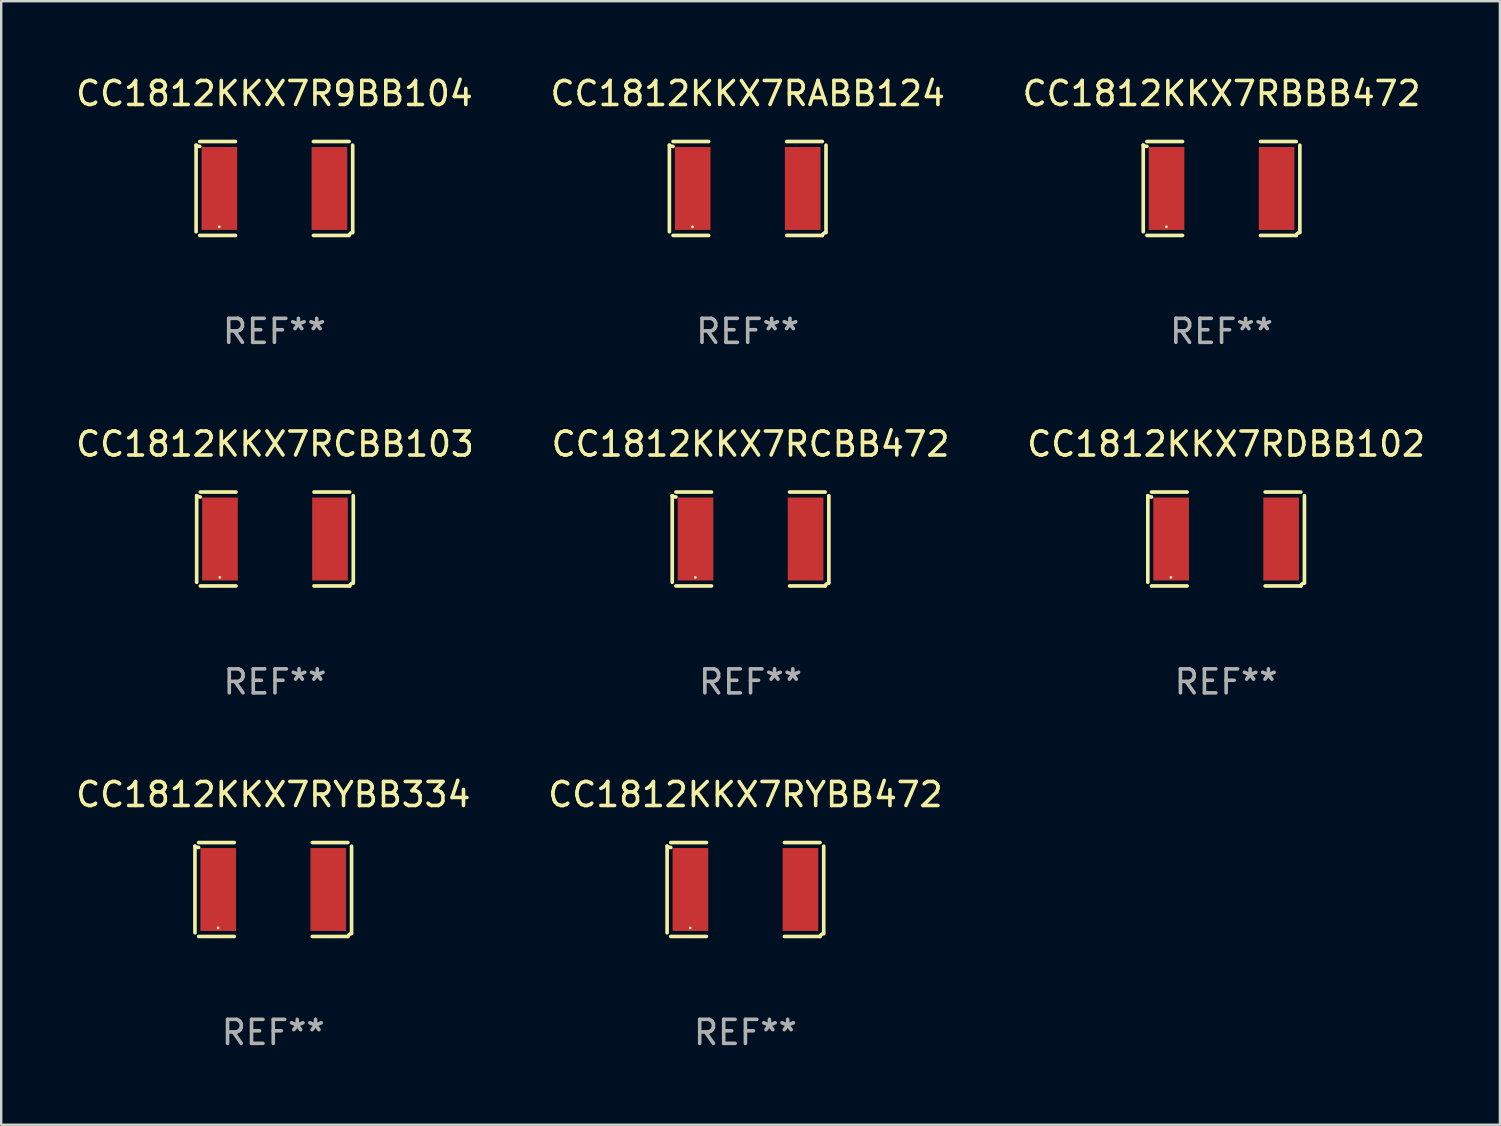
<source format=kicad_pcb>
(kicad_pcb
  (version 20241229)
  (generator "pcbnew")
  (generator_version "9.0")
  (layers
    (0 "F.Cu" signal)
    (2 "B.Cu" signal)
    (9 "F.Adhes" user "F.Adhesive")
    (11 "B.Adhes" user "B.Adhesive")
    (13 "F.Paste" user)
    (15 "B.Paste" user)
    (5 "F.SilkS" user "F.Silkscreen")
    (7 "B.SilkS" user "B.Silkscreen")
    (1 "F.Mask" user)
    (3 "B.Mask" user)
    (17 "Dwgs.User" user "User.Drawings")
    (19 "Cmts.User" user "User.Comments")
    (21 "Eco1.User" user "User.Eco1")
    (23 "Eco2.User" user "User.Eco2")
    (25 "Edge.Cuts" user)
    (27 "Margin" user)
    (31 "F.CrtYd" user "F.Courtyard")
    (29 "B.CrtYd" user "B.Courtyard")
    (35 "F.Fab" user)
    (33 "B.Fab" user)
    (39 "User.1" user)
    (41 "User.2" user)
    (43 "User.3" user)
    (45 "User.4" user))
  (footprint "CC1812KKX7RCBB472"
    (layer "F.Cu")
    (at 28.232 19.415)
    (property "Reference" "CC1812KKX7RCBB472" (at 0 -3.957 0) (layer "F.SilkS") (effects (font (size 1 1) (thickness 0.15))))
    (attr through_hole)
    (fp_line (start -3.264 1.804) (end -3.264 -1.804) (stroke (width 0.152) (type solid)) (layer "F.SilkS"))
    (fp_line (start -3.111 -1.957) (end -1.626 -1.957) (stroke (width 0.152) (type solid)) (layer "F.SilkS"))
    (fp_line (start -1.626 1.957) (end -3.111 1.957) (stroke (width 0.152) (type solid)) (layer "F.SilkS"))
    (fp_line (start 1.626 1.957) (end 3.111 1.957) (stroke (width 0.152) (type solid)) (layer "F.SilkS"))
    (fp_line (start 3.111 -1.957) (end 1.626 -1.957) (stroke (width 0.152) (type solid)) (layer "F.SilkS"))
    (fp_line (start 3.264 1.804) (end 3.264 -1.804) (stroke (width 0.152) (type solid)) (layer "F.SilkS"))
    (fp_arc (start -3.111202 -1.752192) (mid -3.191715 -1.76555) (end -3.263602 -1.804191) (stroke (width 0.1524) (type solid)) (layer "F.SilkS"))
    (fp_arc (start 3.111201 1.956591) (mid 3.167789 1.872777) (end 3.263602 1.840424) (stroke (width 0.1524) (type solid)) (layer "F.SilkS"))
    (fp_circle (center -2.3 1.6) (end -2.27 1.6) (stroke (width 0.06) (type solid)) (fill no) (layer "F.SilkS"))
    (fp_text user "REF**" (at 0 5.957 0) (layer "F.Fab") (effects (font (size 1 1) (thickness 0.15))))
    (pad "1" smd rect (at -2.293 0) (size 1.485 3.456) (layers "F.Cu" "F.Mask" "F.Paste"))
    (pad "2" smd rect (at 2.293 0) (size 1.485 3.456) (layers "F.Cu" "F.Mask" "F.Paste")))
  (footprint "CC1812KKX7RCBB103"
    (layer "F.Cu")
    (at 8.411 19.415)
    (property "Reference" "CC1812KKX7RCBB103" (at 0 -3.957 0) (layer "F.SilkS") (effects (font (size 1 1) (thickness 0.15))))
    (attr through_hole)
    (fp_line (start -3.264 1.804) (end -3.264 -1.804) (stroke (width 0.152) (type solid)) (layer "F.SilkS"))
    (fp_line (start -3.111 -1.957) (end -1.626 -1.957) (stroke (width 0.152) (type solid)) (layer "F.SilkS"))
    (fp_line (start -1.626 1.957) (end -3.111 1.957) (stroke (width 0.152) (type solid)) (layer "F.SilkS"))
    (fp_line (start 1.626 1.957) (end 3.111 1.957) (stroke (width 0.152) (type solid)) (layer "F.SilkS"))
    (fp_line (start 3.111 -1.957) (end 1.626 -1.957) (stroke (width 0.152) (type solid)) (layer "F.SilkS"))
    (fp_line (start 3.264 1.804) (end 3.264 -1.804) (stroke (width 0.152) (type solid)) (layer "F.SilkS"))
    (fp_arc (start -3.111202 -1.752192) (mid -3.191715 -1.76555) (end -3.263602 -1.804191) (stroke (width 0.1524) (type solid)) (layer "F.SilkS"))
    (fp_arc (start 3.111201 1.956591) (mid 3.167789 1.872777) (end 3.263602 1.840424) (stroke (width 0.1524) (type solid)) (layer "F.SilkS"))
    (fp_circle (center -2.3 1.6) (end -2.27 1.6) (stroke (width 0.06) (type solid)) (fill no) (layer "F.SilkS"))
    (fp_text user "REF**" (at 0 5.957 0) (layer "F.Fab") (effects (font (size 1 1) (thickness 0.15))))
    (pad "1" smd rect (at -2.293 0) (size 1.485 3.456) (layers "F.Cu" "F.Mask" "F.Paste"))
    (pad "2" smd rect (at 2.293 0) (size 1.485 3.456) (layers "F.Cu" "F.Mask" "F.Paste")))
  (footprint "CC1812KKX7R9BB104"
    (layer "F.Cu")
    (at 8.387 4.805)
    (property "Reference" "CC1812KKX7R9BB104" (at 0 -3.957 0) (layer "F.SilkS") (effects (font (size 1 1) (thickness 0.15))))
    (attr through_hole)
    (fp_line (start -3.264 1.804) (end -3.264 -1.804) (stroke (width 0.152) (type solid)) (layer "F.SilkS"))
    (fp_line (start -3.111 -1.957) (end -1.626 -1.957) (stroke (width 0.152) (type solid)) (layer "F.SilkS"))
    (fp_line (start -1.626 1.957) (end -3.111 1.957) (stroke (width 0.152) (type solid)) (layer "F.SilkS"))
    (fp_line (start 1.626 1.957) (end 3.111 1.957) (stroke (width 0.152) (type solid)) (layer "F.SilkS"))
    (fp_line (start 3.111 -1.957) (end 1.626 -1.957) (stroke (width 0.152) (type solid)) (layer "F.SilkS"))
    (fp_line (start 3.264 1.804) (end 3.264 -1.804) (stroke (width 0.152) (type solid)) (layer "F.SilkS"))
    (fp_arc (start -3.111202 -1.752192) (mid -3.191715 -1.76555) (end -3.263602 -1.804191) (stroke (width 0.1524) (type solid)) (layer "F.SilkS"))
    (fp_arc (start 3.111201 1.956591) (mid 3.167789 1.872777) (end 3.263602 1.840424) (stroke (width 0.1524) (type solid)) (layer "F.SilkS"))
    (fp_circle (center -2.3 1.6) (end -2.27 1.6) (stroke (width 0.06) (type solid)) (fill no) (layer "F.SilkS"))
    (fp_text user "REF**" (at 0 5.957 0) (layer "F.Fab") (effects (font (size 1 1) (thickness 0.15))))
    (pad "1" smd rect (at -2.293 0) (size 1.485 3.456) (layers "F.Cu" "F.Mask" "F.Paste"))
    (pad "2" smd rect (at 2.293 0) (size 1.485 3.456) (layers "F.Cu" "F.Mask" "F.Paste")))
  (footprint "CC1812KKX7RYBB334"
    (layer "F.Cu")
    (at 8.339 34.024)
    (property "Reference" "CC1812KKX7RYBB334" (at 0 -3.957 0) (layer "F.SilkS") (effects (font (size 1 1) (thickness 0.15))))
    (attr through_hole)
    (fp_line (start -3.264 1.804) (end -3.264 -1.804) (stroke (width 0.152) (type solid)) (layer "F.SilkS"))
    (fp_line (start -3.111 -1.957) (end -1.626 -1.957) (stroke (width 0.152) (type solid)) (layer "F.SilkS"))
    (fp_line (start -1.626 1.957) (end -3.111 1.957) (stroke (width 0.152) (type solid)) (layer "F.SilkS"))
    (fp_line (start 1.626 1.957) (end 3.111 1.957) (stroke (width 0.152) (type solid)) (layer "F.SilkS"))
    (fp_line (start 3.111 -1.957) (end 1.626 -1.957) (stroke (width 0.152) (type solid)) (layer "F.SilkS"))
    (fp_line (start 3.264 1.804) (end 3.264 -1.804) (stroke (width 0.152) (type solid)) (layer "F.SilkS"))
    (fp_arc (start -3.111202 -1.752192) (mid -3.191715 -1.76555) (end -3.263602 -1.804191) (stroke (width 0.1524) (type solid)) (layer "F.SilkS"))
    (fp_arc (start 3.111201 1.956591) (mid 3.167789 1.872777) (end 3.263602 1.840424) (stroke (width 0.1524) (type solid)) (layer "F.SilkS"))
    (fp_circle (center -2.3 1.6) (end -2.27 1.6) (stroke (width 0.06) (type solid)) (fill no) (layer "F.SilkS"))
    (fp_text user "REF**" (at 0 5.957 0) (layer "F.Fab") (effects (font (size 1 1) (thickness 0.15))))
    (pad "1" smd rect (at -2.293 0) (size 1.485 3.456) (layers "F.Cu" "F.Mask" "F.Paste"))
    (pad "2" smd rect (at 2.293 0) (size 1.485 3.456) (layers "F.Cu" "F.Mask" "F.Paste")))
  (footprint "CC1812KKX7RBBB472"
    (layer "F.Cu")
    (at 47.863 4.805)
    (property "Reference" "CC1812KKX7RBBB472" (at 0 -3.957 0) (layer "F.SilkS") (effects (font (size 1 1) (thickness 0.15))))
    (attr through_hole)
    (fp_line (start -3.264 1.804) (end -3.264 -1.804) (stroke (width 0.152) (type solid)) (layer "F.SilkS"))
    (fp_line (start -3.111 -1.957) (end -1.626 -1.957) (stroke (width 0.152) (type solid)) (layer "F.SilkS"))
    (fp_line (start -1.626 1.957) (end -3.111 1.957) (stroke (width 0.152) (type solid)) (layer "F.SilkS"))
    (fp_line (start 1.626 1.957) (end 3.111 1.957) (stroke (width 0.152) (type solid)) (layer "F.SilkS"))
    (fp_line (start 3.111 -1.957) (end 1.626 -1.957) (stroke (width 0.152) (type solid)) (layer "F.SilkS"))
    (fp_line (start 3.264 1.804) (end 3.264 -1.804) (stroke (width 0.152) (type solid)) (layer "F.SilkS"))
    (fp_arc (start -3.111202 -1.752192) (mid -3.191715 -1.76555) (end -3.263602 -1.804191) (stroke (width 0.1524) (type solid)) (layer "F.SilkS"))
    (fp_arc (start 3.111201 1.956591) (mid 3.167789 1.872777) (end 3.263602 1.840424) (stroke (width 0.1524) (type solid)) (layer "F.SilkS"))
    (fp_circle (center -2.3 1.6) (end -2.27 1.6) (stroke (width 0.06) (type solid)) (fill no) (layer "F.SilkS"))
    (fp_text user "REF**" (at 0 5.957 0) (layer "F.Fab") (effects (font (size 1 1) (thickness 0.15))))
    (pad "1" smd rect (at -2.293 0) (size 1.485 3.456) (layers "F.Cu" "F.Mask" "F.Paste"))
    (pad "2" smd rect (at 2.293 0) (size 1.485 3.456) (layers "F.Cu" "F.Mask" "F.Paste")))
  (footprint "CC1812KKX7RDBB102"
    (layer "F.Cu")
    (at 48.054 19.415)
    (property "Reference" "CC1812KKX7RDBB102" (at 0 -3.957 0) (layer "F.SilkS") (effects (font (size 1 1) (thickness 0.15))))
    (attr through_hole)
    (fp_line (start -3.264 1.804) (end -3.264 -1.804) (stroke (width 0.152) (type solid)) (layer "F.SilkS"))
    (fp_line (start -3.111 -1.957) (end -1.626 -1.957) (stroke (width 0.152) (type solid)) (layer "F.SilkS"))
    (fp_line (start -1.626 1.957) (end -3.111 1.957) (stroke (width 0.152) (type solid)) (layer "F.SilkS"))
    (fp_line (start 1.626 1.957) (end 3.111 1.957) (stroke (width 0.152) (type solid)) (layer "F.SilkS"))
    (fp_line (start 3.111 -1.957) (end 1.626 -1.957) (stroke (width 0.152) (type solid)) (layer "F.SilkS"))
    (fp_line (start 3.264 1.804) (end 3.264 -1.804) (stroke (width 0.152) (type solid)) (layer "F.SilkS"))
    (fp_arc (start -3.111202 -1.752192) (mid -3.191715 -1.76555) (end -3.263602 -1.804191) (stroke (width 0.1524) (type solid)) (layer "F.SilkS"))
    (fp_arc (start 3.111201 1.956591) (mid 3.167789 1.872777) (end 3.263602 1.840424) (stroke (width 0.1524) (type solid)) (layer "F.SilkS"))
    (fp_circle (center -2.3 1.6) (end -2.27 1.6) (stroke (width 0.06) (type solid)) (fill no) (layer "F.SilkS"))
    (fp_text user "REF**" (at 0 5.957 0) (layer "F.Fab") (effects (font (size 1 1) (thickness 0.15))))
    (pad "1" smd rect (at -2.293 0) (size 1.485 3.456) (layers "F.Cu" "F.Mask" "F.Paste"))
    (pad "2" smd rect (at 2.293 0) (size 1.485 3.456) (layers "F.Cu" "F.Mask" "F.Paste")))
  (footprint "CC1812KKX7RABB124"
    (layer "F.Cu")
    (at 28.113 4.805)
    (property "Reference" "CC1812KKX7RABB124" (at 0 -3.957 0) (layer "F.SilkS") (effects (font (size 1 1) (thickness 0.15))))
    (attr through_hole)
    (fp_line (start -3.264 1.804) (end -3.264 -1.804) (stroke (width 0.152) (type solid)) (layer "F.SilkS"))
    (fp_line (start -3.111 -1.957) (end -1.626 -1.957) (stroke (width 0.152) (type solid)) (layer "F.SilkS"))
    (fp_line (start -1.626 1.957) (end -3.111 1.957) (stroke (width 0.152) (type solid)) (layer "F.SilkS"))
    (fp_line (start 1.626 1.957) (end 3.111 1.957) (stroke (width 0.152) (type solid)) (layer "F.SilkS"))
    (fp_line (start 3.111 -1.957) (end 1.626 -1.957) (stroke (width 0.152) (type solid)) (layer "F.SilkS"))
    (fp_line (start 3.264 1.804) (end 3.264 -1.804) (stroke (width 0.152) (type solid)) (layer "F.SilkS"))
    (fp_arc (start -3.111202 -1.752192) (mid -3.191715 -1.76555) (end -3.263602 -1.804191) (stroke (width 0.1524) (type solid)) (layer "F.SilkS"))
    (fp_arc (start 3.111201 1.956591) (mid 3.167789 1.872777) (end 3.263602 1.840424) (stroke (width 0.1524) (type solid)) (layer "F.SilkS"))
    (fp_circle (center -2.3 1.6) (end -2.27 1.6) (stroke (width 0.06) (type solid)) (fill no) (layer "F.SilkS"))
    (fp_text user "REF**" (at 0 5.957 0) (layer "F.Fab") (effects (font (size 1 1) (thickness 0.15))))
    (pad "1" smd rect (at -2.293 0) (size 1.485 3.456) (layers "F.Cu" "F.Mask" "F.Paste"))
    (pad "2" smd rect (at 2.293 0) (size 1.485 3.456) (layers "F.Cu" "F.Mask" "F.Paste")))
  (footprint "CC1812KKX7RYBB472"
    (layer "F.Cu")
    (at 28.018 34.024)
    (property "Reference" "CC1812KKX7RYBB472" (at 0 -3.957 0) (layer "F.SilkS") (effects (font (size 1 1) (thickness 0.15))))
    (attr through_hole)
    (fp_line (start -3.264 1.804) (end -3.264 -1.804) (stroke (width 0.152) (type solid)) (layer "F.SilkS"))
    (fp_line (start -3.111 -1.957) (end -1.626 -1.957) (stroke (width 0.152) (type solid)) (layer "F.SilkS"))
    (fp_line (start -1.626 1.957) (end -3.111 1.957) (stroke (width 0.152) (type solid)) (layer "F.SilkS"))
    (fp_line (start 1.626 1.957) (end 3.111 1.957) (stroke (width 0.152) (type solid)) (layer "F.SilkS"))
    (fp_line (start 3.111 -1.957) (end 1.626 -1.957) (stroke (width 0.152) (type solid)) (layer "F.SilkS"))
    (fp_line (start 3.264 1.804) (end 3.264 -1.804) (stroke (width 0.152) (type solid)) (layer "F.SilkS"))
    (fp_arc (start -3.111202 -1.752192) (mid -3.191715 -1.76555) (end -3.263602 -1.804191) (stroke (width 0.1524) (type solid)) (layer "F.SilkS"))
    (fp_arc (start 3.111201 1.956591) (mid 3.167789 1.872777) (end 3.263602 1.840424) (stroke (width 0.1524) (type solid)) (layer "F.SilkS"))
    (fp_circle (center -2.3 1.6) (end -2.27 1.6) (stroke (width 0.06) (type solid)) (fill no) (layer "F.SilkS"))
    (fp_text user "REF**" (at 0 5.957 0) (layer "F.Fab") (effects (font (size 1 1) (thickness 0.15))))
    (pad "1" smd rect (at -2.293 0) (size 1.485 3.456) (layers "F.Cu" "F.Mask" "F.Paste"))
    (pad "2" smd rect (at 2.293 0) (size 1.485 3.456) (layers "F.Cu" "F.Mask" "F.Paste")))
  (gr_rect
    (start -3 -3)
    (end 59.464 43.829)
    (stroke (width 0.1) (type default))
    (fill no)
    (layer "Edge.Cuts")))
</source>
